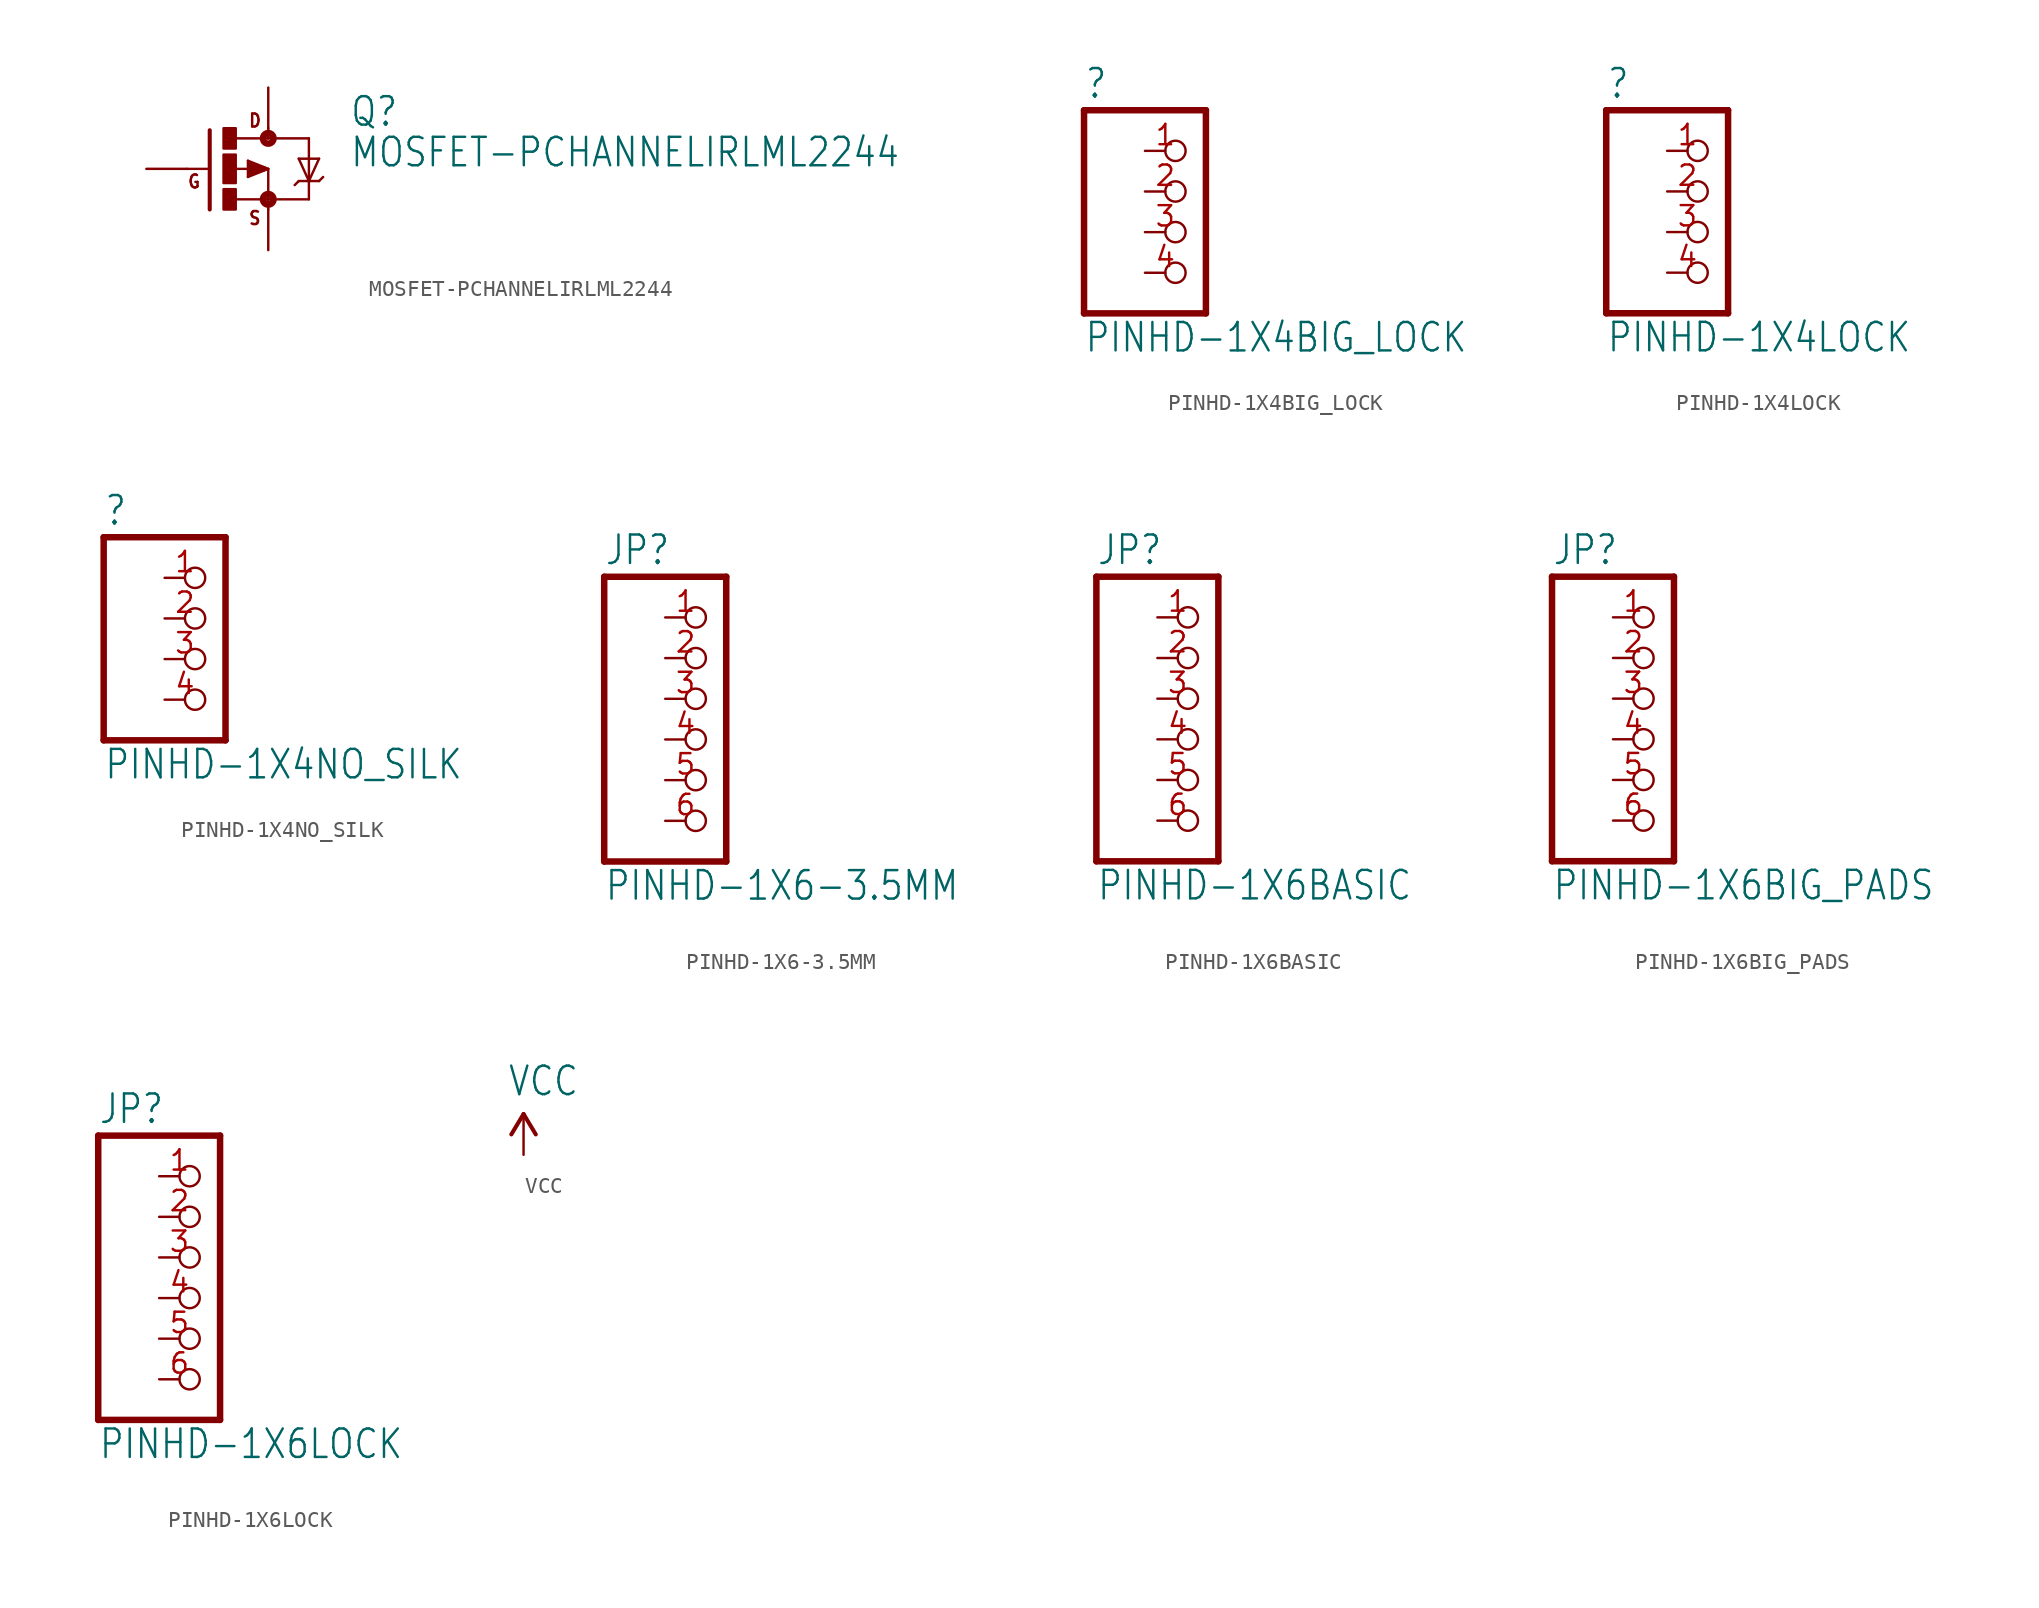
<source format=kicad_sym>
(kicad_symbol_lib
  (version 20211014)
  (generator kicad_symbol_editor)
  (symbol "MOSFET-PCHANNELIRLML2244"
    (property "Reference" "Q"
      (at 5.08 2.54 0)
      (effects (font (size 1.778 1.511)) (justify left bottom)))
    (property "Value" "MOSFET-PCHANNELIRLML2244"
      (at 5.08 0 0)
      (effects (font (size 1.778 1.511)) (justify left bottom)))
    (property "ki_locked" ""
      (at 0 0 0)
      (effects (font (size 1.27 1.27))))
    (symbol "MOSFET-PCHANNELIRLML2244_1_0"
      (rectangle (start -2.794 -2.54) (end -2.032 -1.27) (stroke (width 0) (type default) (color 0 0 0 0)) (fill (type outline)))
      (rectangle (start -2.794 -0.889) (end -2.032 0.889) (stroke (width 0) (type default) (color 0 0 0 0)) (fill (type outline)))
      (rectangle (start -2.794 1.27) (end -2.032 2.54) (stroke (width 0) (type default) (color 0 0 0 0)) (fill (type outline)))
      (circle (center 0 -1.905) (radius 0.127) (stroke (width 0.406) (type default) (color 0 0 0 0)) (fill (type none)))
      (polyline (pts (xy -3.81 0) (xy -5.08 0)) (stroke (width 0.152) (type default) (color 0 0 0 0)) (fill (type none)))
      (polyline (pts (xy -3.658 2.413) (xy -3.658 -2.54)) (stroke (width 0.254) (type default) (color 0 0 0 0)) (fill (type none)))
      (polyline (pts (xy -2.032 -1.905) (xy 0 -1.905)) (stroke (width 0.152) (type default) (color 0 0 0 0)) (fill (type none)))
      (polyline (pts (xy -1.27 -0.508) (xy 0 0)) (stroke (width 0.152) (type default) (color 0 0 0 0)) (fill (type none)))
      (polyline (pts (xy -1.27 0.508) (xy -1.27 -0.508)) (stroke (width 0.152) (type default) (color 0 0 0 0)) (fill (type none)))
      (polyline (pts (xy -1.143 -0.254) (xy -0.254 0)) (stroke (width 0.305) (type default) (color 0 0 0 0)) (fill (type none)))
      (polyline (pts (xy -1.143 0) (xy -2.032 0)) (stroke (width 0.152) (type default) (color 0 0 0 0)) (fill (type none)))
      (polyline (pts (xy -1.143 0) (xy -0.889 0)) (stroke (width 0.305) (type default) (color 0 0 0 0)) (fill (type none)))
      (polyline (pts (xy -1.143 0.254) (xy -1.143 0)) (stroke (width 0.305) (type default) (color 0 0 0 0)) (fill (type none)))
      (polyline (pts (xy -0.254 0) (xy -1.143 0.254)) (stroke (width 0.305) (type default) (color 0 0 0 0)) (fill (type none)))
      (polyline (pts (xy 0 -1.905) (xy 0 -2.54)) (stroke (width 0.152) (type default) (color 0 0 0 0)) (fill (type none)))
      (polyline (pts (xy 0 0) (xy -1.27 0.508)) (stroke (width 0.152) (type default) (color 0 0 0 0)) (fill (type none)))
      (polyline (pts (xy 0 0) (xy 0 -1.905)) (stroke (width 0.152) (type default) (color 0 0 0 0)) (fill (type none)))
      (polyline (pts (xy 0 1.905) (xy -2.007 1.905)) (stroke (width 0.152) (type default) (color 0 0 0 0)) (fill (type none)))
      (polyline (pts (xy 0 1.905) (xy 2.54 1.905)) (stroke (width 0.152) (type default) (color 0 0 0 0)) (fill (type none)))
      (polyline (pts (xy 0 2.54) (xy 0 1.905)) (stroke (width 0.152) (type default) (color 0 0 0 0)) (fill (type none)))
      (polyline (pts (xy 1.905 -0.762) (xy 1.651 -1.016)) (stroke (width 0.152) (type default) (color 0 0 0 0)) (fill (type none)))
      (polyline (pts (xy 1.905 0.635) (xy 2.54 -0.762)) (stroke (width 0.152) (type default) (color 0 0 0 0)) (fill (type none)))
      (polyline (pts (xy 2.54 -1.905) (xy 0 -1.905)) (stroke (width 0.152) (type default) (color 0 0 0 0)) (fill (type none)))
      (polyline (pts (xy 2.54 -1.905) (xy 2.54 -0.762)) (stroke (width 0.152) (type default) (color 0 0 0 0)) (fill (type none)))
      (polyline (pts (xy 2.54 -0.762) (xy 1.905 -0.762)) (stroke (width 0.152) (type default) (color 0 0 0 0)) (fill (type none)))
      (polyline (pts (xy 2.54 -0.762) (xy 2.54 1.905)) (stroke (width 0.152) (type default) (color 0 0 0 0)) (fill (type none)))
      (polyline (pts (xy 2.54 -0.762) (xy 3.175 0.635)) (stroke (width 0.152) (type default) (color 0 0 0 0)) (fill (type none)))
      (polyline (pts (xy 3.175 -0.762) (xy 2.54 -0.762)) (stroke (width 0.152) (type default) (color 0 0 0 0)) (fill (type none)))
      (polyline (pts (xy 3.175 -0.762) (xy 3.429 -0.508)) (stroke (width 0.152) (type default) (color 0 0 0 0)) (fill (type none)))
      (polyline (pts (xy 3.175 0.635) (xy 1.905 0.635)) (stroke (width 0.152) (type default) (color 0 0 0 0)) (fill (type none)))
      (circle (center 0 1.905) (radius 0.127) (stroke (width 0.406) (type default) (color 0 0 0 0)) (fill (type none)))
      (text "D" (at -1.27 2.54 0) (effects (font (size 0.813 0.691)) (justify left bottom)))
      (text "G" (at -5.08 -1.27 0) (effects (font (size 0.813 0.691)) (justify left bottom)))
      (text "S" (at -1.27 -3.556 0) (effects (font (size 0.813 0.691)) (justify left bottom)))
      (pin passive line (at -7.62 0 0) (length 2.54) (name "G" (effects (font (size 0 0)))) (number "1" (effects (font (size 0 0)))))
      (pin passive line (at 0 -5.08 90) (length 2.54) (name "S" (effects (font (size 0 0)))) (number "2" (effects (font (size 0 0)))))
      (pin passive line (at 0 5.08 270) (length 2.54) (name "D" (effects (font (size 0 0)))) (number "3" (effects (font (size 0 0)))))))
  (symbol "PINHD-1X4BIG_LOCK"
    (property "Reference" ""
      (at -6.35 8.255 0)
      (effects (font (size 1.778 1.511)) (justify left bottom)))
    (property "Value" "PINHD-1X4BIG_LOCK"
      (at -6.35 -7.62 0)
      (effects (font (size 1.778 1.511)) (justify left bottom)))
    (property "ki_locked" ""
      (at 0 0 0)
      (effects (font (size 1.27 1.27))))
    (symbol "PINHD-1X4BIG_LOCK_1_0"
      (polyline (pts (xy -6.35 -5.08) (xy 1.27 -5.08)) (stroke (width 0.406) (type default) (color 0 0 0 0)) (fill (type none)))
      (polyline (pts (xy -6.35 7.62) (xy -6.35 -5.08)) (stroke (width 0.406) (type default) (color 0 0 0 0)) (fill (type none)))
      (polyline (pts (xy 1.27 -5.08) (xy 1.27 7.62)) (stroke (width 0.406) (type default) (color 0 0 0 0)) (fill (type none)))
      (polyline (pts (xy 1.27 7.62) (xy -6.35 7.62)) (stroke (width 0.406) (type default) (color 0 0 0 0)) (fill (type none)))
      (pin passive inverted (at -2.54 5.08 0) (length 2.54) (name "1" (effects (font (size 0 0)))) (number "1" (effects (font (size 1.27 1.27)))))
      (pin passive inverted (at -2.54 2.54 0) (length 2.54) (name "2" (effects (font (size 0 0)))) (number "2" (effects (font (size 1.27 1.27)))))
      (pin passive inverted (at -2.54 0 0) (length 2.54) (name "3" (effects (font (size 0 0)))) (number "3" (effects (font (size 1.27 1.27)))))
      (pin passive inverted (at -2.54 -2.54 0) (length 2.54) (name "4" (effects (font (size 0 0)))) (number "4" (effects (font (size 1.27 1.27)))))))
  (symbol "PINHD-1X4LOCK"
    (property "Reference" ""
      (at -6.35 8.255 0)
      (effects (font (size 1.778 1.511)) (justify left bottom)))
    (property "Value" "PINHD-1X4LOCK"
      (at -6.35 -7.62 0)
      (effects (font (size 1.778 1.511)) (justify left bottom)))
    (property "ki_locked" ""
      (at 0 0 0)
      (effects (font (size 1.27 1.27))))
    (symbol "PINHD-1X4LOCK_1_0"
      (polyline (pts (xy -6.35 -5.08) (xy 1.27 -5.08)) (stroke (width 0.406) (type default) (color 0 0 0 0)) (fill (type none)))
      (polyline (pts (xy -6.35 7.62) (xy -6.35 -5.08)) (stroke (width 0.406) (type default) (color 0 0 0 0)) (fill (type none)))
      (polyline (pts (xy 1.27 -5.08) (xy 1.27 7.62)) (stroke (width 0.406) (type default) (color 0 0 0 0)) (fill (type none)))
      (polyline (pts (xy 1.27 7.62) (xy -6.35 7.62)) (stroke (width 0.406) (type default) (color 0 0 0 0)) (fill (type none)))
      (pin passive inverted (at -2.54 5.08 0) (length 2.54) (name "1" (effects (font (size 0 0)))) (number "1" (effects (font (size 1.27 1.27)))))
      (pin passive inverted (at -2.54 2.54 0) (length 2.54) (name "2" (effects (font (size 0 0)))) (number "2" (effects (font (size 1.27 1.27)))))
      (pin passive inverted (at -2.54 0 0) (length 2.54) (name "3" (effects (font (size 0 0)))) (number "3" (effects (font (size 1.27 1.27)))))
      (pin passive inverted (at -2.54 -2.54 0) (length 2.54) (name "4" (effects (font (size 0 0)))) (number "4" (effects (font (size 1.27 1.27)))))))
  (symbol "PINHD-1X4NO_SILK"
    (property "Reference" ""
      (at -6.35 8.255 0)
      (effects (font (size 1.778 1.511)) (justify left bottom)))
    (property "Value" "PINHD-1X4NO_SILK"
      (at -6.35 -7.62 0)
      (effects (font (size 1.778 1.511)) (justify left bottom)))
    (property "ki_locked" ""
      (at 0 0 0)
      (effects (font (size 1.27 1.27))))
    (symbol "PINHD-1X4NO_SILK_1_0"
      (polyline (pts (xy -6.35 -5.08) (xy 1.27 -5.08)) (stroke (width 0.406) (type default) (color 0 0 0 0)) (fill (type none)))
      (polyline (pts (xy -6.35 7.62) (xy -6.35 -5.08)) (stroke (width 0.406) (type default) (color 0 0 0 0)) (fill (type none)))
      (polyline (pts (xy 1.27 -5.08) (xy 1.27 7.62)) (stroke (width 0.406) (type default) (color 0 0 0 0)) (fill (type none)))
      (polyline (pts (xy 1.27 7.62) (xy -6.35 7.62)) (stroke (width 0.406) (type default) (color 0 0 0 0)) (fill (type none)))
      (pin passive inverted (at -2.54 5.08 0) (length 2.54) (name "1" (effects (font (size 0 0)))) (number "1" (effects (font (size 1.27 1.27)))))
      (pin passive inverted (at -2.54 2.54 0) (length 2.54) (name "2" (effects (font (size 0 0)))) (number "2" (effects (font (size 1.27 1.27)))))
      (pin passive inverted (at -2.54 0 0) (length 2.54) (name "3" (effects (font (size 0 0)))) (number "3" (effects (font (size 1.27 1.27)))))
      (pin passive inverted (at -2.54 -2.54 0) (length 2.54) (name "4" (effects (font (size 0 0)))) (number "4" (effects (font (size 1.27 1.27)))))))
  (symbol "PINHD-1X6-3.5MM"
    (property "Reference" "JP"
      (at -6.35 10.795 0)
      (effects (font (size 1.778 1.511)) (justify left bottom)))
    (property "Value" "PINHD-1X6-3.5MM"
      (at -6.35 -10.16 0)
      (effects (font (size 1.778 1.511)) (justify left bottom)))
    (property "ki_locked" ""
      (at 0 0 0)
      (effects (font (size 1.27 1.27))))
    (symbol "PINHD-1X6-3.5MM_1_0"
      (polyline (pts (xy -6.35 -7.62) (xy 1.27 -7.62)) (stroke (width 0.406) (type default) (color 0 0 0 0)) (fill (type none)))
      (polyline (pts (xy -6.35 10.16) (xy -6.35 -7.62)) (stroke (width 0.406) (type default) (color 0 0 0 0)) (fill (type none)))
      (polyline (pts (xy 1.27 -7.62) (xy 1.27 10.16)) (stroke (width 0.406) (type default) (color 0 0 0 0)) (fill (type none)))
      (polyline (pts (xy 1.27 10.16) (xy -6.35 10.16)) (stroke (width 0.406) (type default) (color 0 0 0 0)) (fill (type none)))
      (pin passive inverted (at -2.54 7.62 0) (length 2.54) (name "1" (effects (font (size 0 0)))) (number "1" (effects (font (size 1.27 1.27)))))
      (pin passive inverted (at -2.54 5.08 0) (length 2.54) (name "2" (effects (font (size 0 0)))) (number "2" (effects (font (size 1.27 1.27)))))
      (pin passive inverted (at -2.54 2.54 0) (length 2.54) (name "3" (effects (font (size 0 0)))) (number "3" (effects (font (size 1.27 1.27)))))
      (pin passive inverted (at -2.54 0 0) (length 2.54) (name "4" (effects (font (size 0 0)))) (number "4" (effects (font (size 1.27 1.27)))))
      (pin passive inverted (at -2.54 -2.54 0) (length 2.54) (name "5" (effects (font (size 0 0)))) (number "5" (effects (font (size 1.27 1.27)))))
      (pin passive inverted (at -2.54 -5.08 0) (length 2.54) (name "6" (effects (font (size 0 0)))) (number "6" (effects (font (size 1.27 1.27)))))))
  (symbol "PINHD-1X6BASIC"
    (property "Reference" "JP"
      (at -6.35 10.795 0)
      (effects (font (size 1.778 1.511)) (justify left bottom)))
    (property "Value" "PINHD-1X6BASIC"
      (at -6.35 -10.16 0)
      (effects (font (size 1.778 1.511)) (justify left bottom)))
    (property "ki_locked" ""
      (at 0 0 0)
      (effects (font (size 1.27 1.27))))
    (symbol "PINHD-1X6BASIC_1_0"
      (polyline (pts (xy -6.35 -7.62) (xy 1.27 -7.62)) (stroke (width 0.406) (type default) (color 0 0 0 0)) (fill (type none)))
      (polyline (pts (xy -6.35 10.16) (xy -6.35 -7.62)) (stroke (width 0.406) (type default) (color 0 0 0 0)) (fill (type none)))
      (polyline (pts (xy 1.27 -7.62) (xy 1.27 10.16)) (stroke (width 0.406) (type default) (color 0 0 0 0)) (fill (type none)))
      (polyline (pts (xy 1.27 10.16) (xy -6.35 10.16)) (stroke (width 0.406) (type default) (color 0 0 0 0)) (fill (type none)))
      (pin passive inverted (at -2.54 7.62 0) (length 2.54) (name "1" (effects (font (size 0 0)))) (number "1" (effects (font (size 1.27 1.27)))))
      (pin passive inverted (at -2.54 5.08 0) (length 2.54) (name "2" (effects (font (size 0 0)))) (number "2" (effects (font (size 1.27 1.27)))))
      (pin passive inverted (at -2.54 2.54 0) (length 2.54) (name "3" (effects (font (size 0 0)))) (number "3" (effects (font (size 1.27 1.27)))))
      (pin passive inverted (at -2.54 0 0) (length 2.54) (name "4" (effects (font (size 0 0)))) (number "4" (effects (font (size 1.27 1.27)))))
      (pin passive inverted (at -2.54 -2.54 0) (length 2.54) (name "5" (effects (font (size 0 0)))) (number "5" (effects (font (size 1.27 1.27)))))
      (pin passive inverted (at -2.54 -5.08 0) (length 2.54) (name "6" (effects (font (size 0 0)))) (number "6" (effects (font (size 1.27 1.27)))))))
  (symbol "PINHD-1X6BIG_PADS"
    (property "Reference" "JP"
      (at -6.35 10.795 0)
      (effects (font (size 1.778 1.511)) (justify left bottom)))
    (property "Value" "PINHD-1X6BIG_PADS"
      (at -6.35 -10.16 0)
      (effects (font (size 1.778 1.511)) (justify left bottom)))
    (property "ki_locked" ""
      (at 0 0 0)
      (effects (font (size 1.27 1.27))))
    (symbol "PINHD-1X6BIG_PADS_1_0"
      (polyline (pts (xy -6.35 -7.62) (xy 1.27 -7.62)) (stroke (width 0.406) (type default) (color 0 0 0 0)) (fill (type none)))
      (polyline (pts (xy -6.35 10.16) (xy -6.35 -7.62)) (stroke (width 0.406) (type default) (color 0 0 0 0)) (fill (type none)))
      (polyline (pts (xy 1.27 -7.62) (xy 1.27 10.16)) (stroke (width 0.406) (type default) (color 0 0 0 0)) (fill (type none)))
      (polyline (pts (xy 1.27 10.16) (xy -6.35 10.16)) (stroke (width 0.406) (type default) (color 0 0 0 0)) (fill (type none)))
      (pin passive inverted (at -2.54 7.62 0) (length 2.54) (name "1" (effects (font (size 0 0)))) (number "1" (effects (font (size 1.27 1.27)))))
      (pin passive inverted (at -2.54 5.08 0) (length 2.54) (name "2" (effects (font (size 0 0)))) (number "2" (effects (font (size 1.27 1.27)))))
      (pin passive inverted (at -2.54 2.54 0) (length 2.54) (name "3" (effects (font (size 0 0)))) (number "3" (effects (font (size 1.27 1.27)))))
      (pin passive inverted (at -2.54 0 0) (length 2.54) (name "4" (effects (font (size 0 0)))) (number "4" (effects (font (size 1.27 1.27)))))
      (pin passive inverted (at -2.54 -2.54 0) (length 2.54) (name "5" (effects (font (size 0 0)))) (number "5" (effects (font (size 1.27 1.27)))))
      (pin passive inverted (at -2.54 -5.08 0) (length 2.54) (name "6" (effects (font (size 0 0)))) (number "6" (effects (font (size 1.27 1.27)))))))
  (symbol "PINHD-1X6LOCK"
    (property "Reference" "JP"
      (at -6.35 10.795 0)
      (effects (font (size 1.778 1.511)) (justify left bottom)))
    (property "Value" "PINHD-1X6LOCK"
      (at -6.35 -10.16 0)
      (effects (font (size 1.778 1.511)) (justify left bottom)))
    (property "ki_locked" ""
      (at 0 0 0)
      (effects (font (size 1.27 1.27))))
    (symbol "PINHD-1X6LOCK_1_0"
      (polyline (pts (xy -6.35 -7.62) (xy 1.27 -7.62)) (stroke (width 0.406) (type default) (color 0 0 0 0)) (fill (type none)))
      (polyline (pts (xy -6.35 10.16) (xy -6.35 -7.62)) (stroke (width 0.406) (type default) (color 0 0 0 0)) (fill (type none)))
      (polyline (pts (xy 1.27 -7.62) (xy 1.27 10.16)) (stroke (width 0.406) (type default) (color 0 0 0 0)) (fill (type none)))
      (polyline (pts (xy 1.27 10.16) (xy -6.35 10.16)) (stroke (width 0.406) (type default) (color 0 0 0 0)) (fill (type none)))
      (pin passive inverted (at -2.54 7.62 0) (length 2.54) (name "1" (effects (font (size 0 0)))) (number "1" (effects (font (size 1.27 1.27)))))
      (pin passive inverted (at -2.54 5.08 0) (length 2.54) (name "2" (effects (font (size 0 0)))) (number "2" (effects (font (size 1.27 1.27)))))
      (pin passive inverted (at -2.54 2.54 0) (length 2.54) (name "3" (effects (font (size 0 0)))) (number "3" (effects (font (size 1.27 1.27)))))
      (pin passive inverted (at -2.54 0 0) (length 2.54) (name "4" (effects (font (size 0 0)))) (number "4" (effects (font (size 1.27 1.27)))))
      (pin passive inverted (at -2.54 -2.54 0) (length 2.54) (name "5" (effects (font (size 0 0)))) (number "5" (effects (font (size 1.27 1.27)))))
      (pin passive inverted (at -2.54 -5.08 0) (length 2.54) (name "6" (effects (font (size 0 0)))) (number "6" (effects (font (size 1.27 1.27)))))))
  (symbol "VCC"
    (power)
    (property "Reference" "#SUPPLY"
      (at 0 0 0)
      (effects (font (size 1.27 1.27)) hide))
    (property "Value" "VCC"
      (at -1.016 3.556 0)
      (effects (font (size 1.778 1.511)) (justify left bottom)))
    (property "ki_locked" ""
      (at 0 0 0)
      (effects (font (size 1.27 1.27))))
    (symbol "VCC_1_0"
      (polyline (pts (xy 0 2.54) (xy -0.762 1.27)) (stroke (width 0.254) (type default) (color 0 0 0 0)) (fill (type none)))
      (polyline (pts (xy 0.762 1.27) (xy 0 2.54)) (stroke (width 0.254) (type default) (color 0 0 0 0)) (fill (type none)))
      (pin power_in line (at 0 0 90) (length 2.54) (name "VCC" (effects (font (size 0 0)))) (number "1" (effects (font (size 0 0))))))))
</source>
